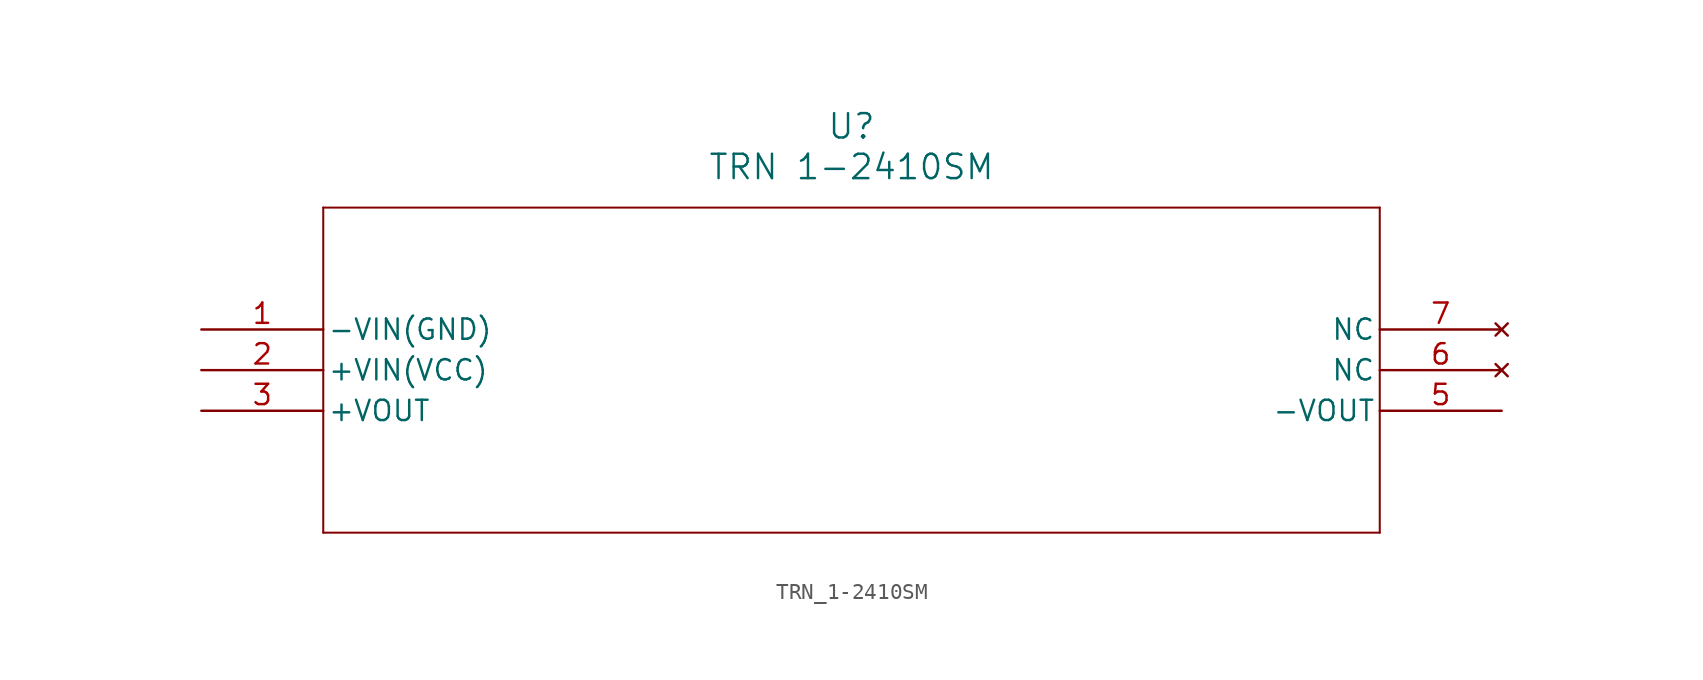
<source format=kicad_sym>
(kicad_symbol_lib
  (version 20211014)
  (generator kicad_symbol_editor)
  (symbol "TRN_1-2410SM"
    (pin_names
      (offset 0.254))
    (property "Reference" "U"
      (at 40.64 12.7 0)
      (effects (font (size 1.524 1.524))))
    (property "Value" "TRN 1-2410SM"
      (at 40.64 10.16 0)
      (effects (font (size 1.524 1.524))))
    (symbol "TRN_1-2410SM_0_1"
      (polyline (pts (xy 7.62 7.62) (xy 7.62 -12.7)) (stroke (width 0.127) (type default) (color 0 0 0 0)) (fill (type none)))
      (polyline (pts (xy 7.62 -12.7) (xy 73.66 -12.7)) (stroke (width 0.127) (type default) (color 0 0 0 0)) (fill (type none)))
      (polyline (pts (xy 73.66 -12.7) (xy 73.66 7.62)) (stroke (width 0.127) (type default) (color 0 0 0 0)) (fill (type none)))
      (polyline (pts (xy 73.66 7.62) (xy 7.62 7.62)) (stroke (width 0.127) (type default) (color 0 0 0 0)) (fill (type none)))
      (pin power_in line (at 0 0 0) (length 7.62) (name "-VIN(GND)" (effects (font (size 1.27 1.27)))) (number "1" (effects (font (size 1.27 1.27)))))
      (pin power_in line (at 0 -2.54 0) (length 7.62) (name "+VIN(VCC)" (effects (font (size 1.27 1.27)))) (number "2" (effects (font (size 1.27 1.27)))))
      (pin output line (at 0 -5.08 0) (length 7.62) (name "+VOUT" (effects (font (size 1.27 1.27)))) (number "3" (effects (font (size 1.27 1.27)))))
      (pin output line (at 81.28 -5.08 180) (length 7.62) (name "-VOUT" (effects (font (size 1.27 1.27)))) (number "5" (effects (font (size 1.27 1.27)))))
      (pin no_connect line (at 81.28 -2.54 180) (length 7.62) (name "NC" (effects (font (size 1.27 1.27)))) (number "6" (effects (font (size 1.27 1.27)))))
      (pin no_connect line (at 81.28 0 180) (length 7.62) (name "NC" (effects (font (size 1.27 1.27)))) (number "7" (effects (font (size 1.27 1.27))))))))
</source>
